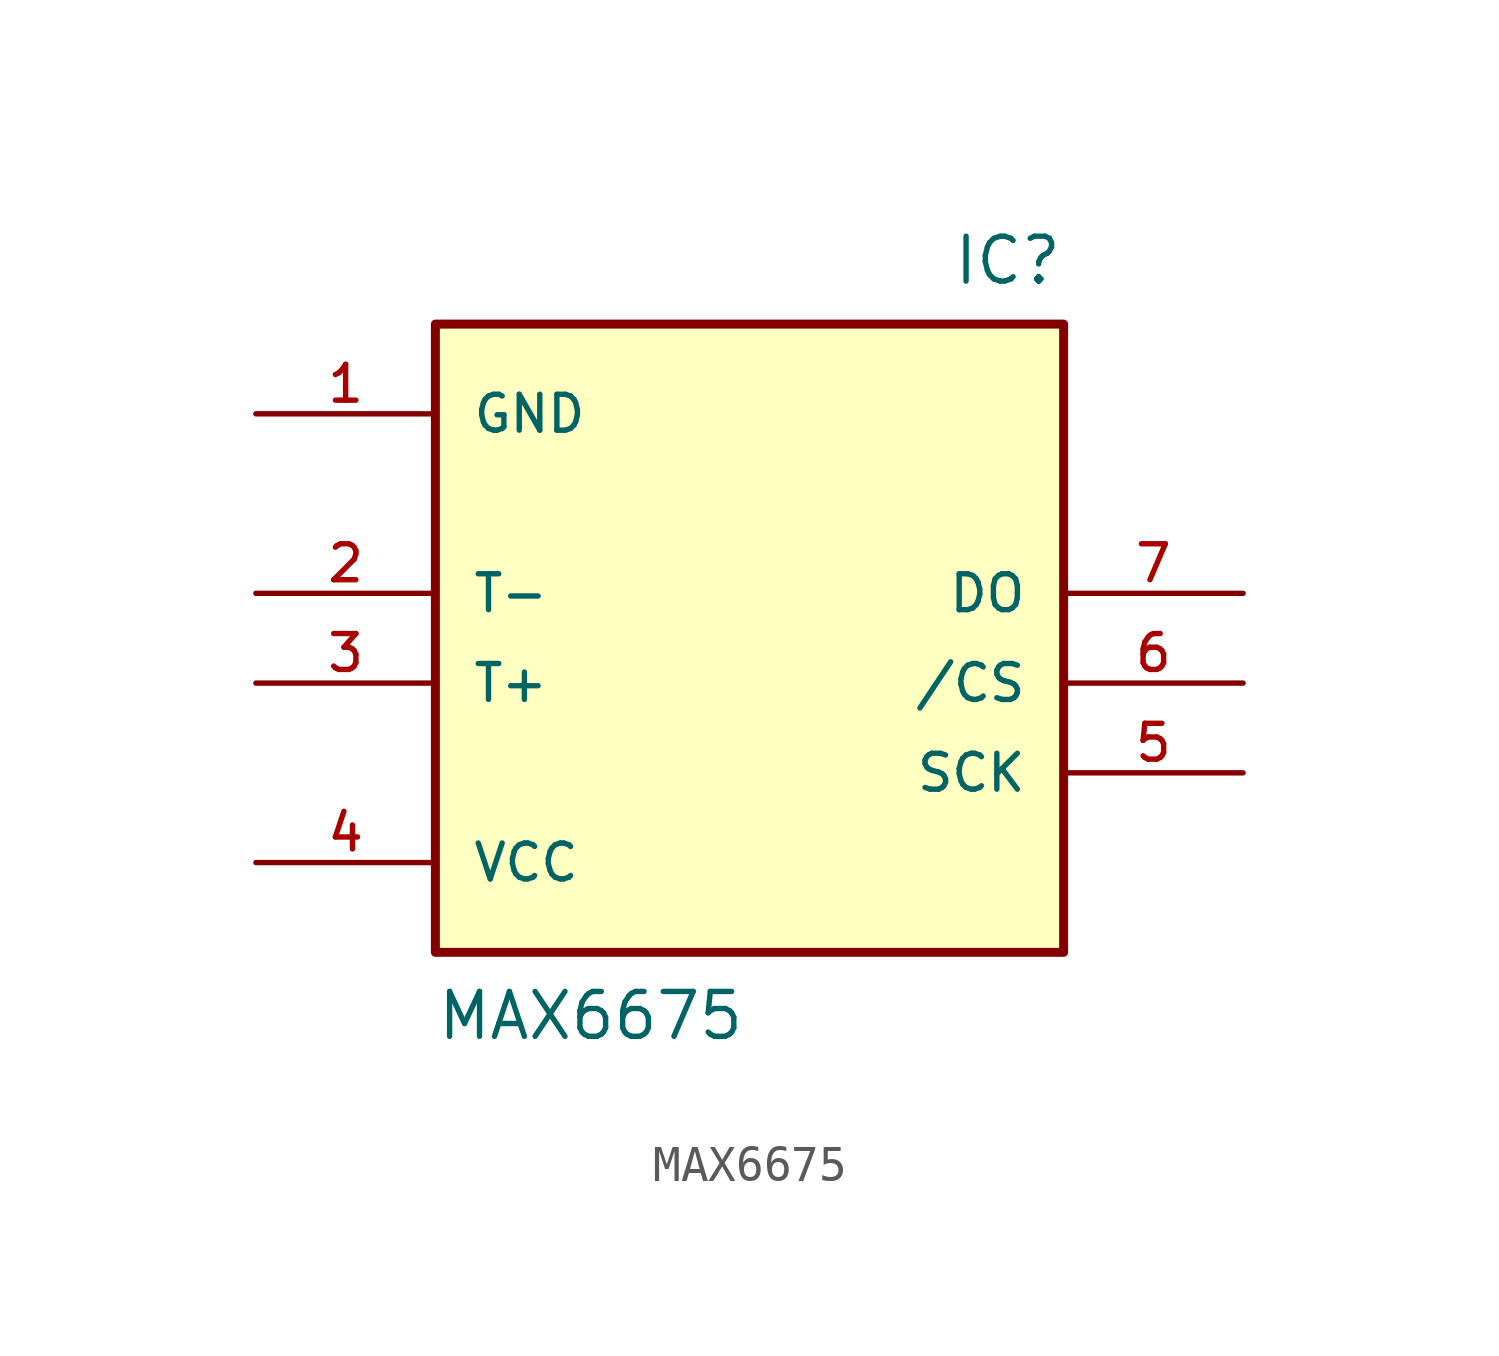
<source format=kicad_sym>
(kicad_symbol_lib
  (version 20211014)
  (generator kicad_symbol_editor)
  (symbol "MAX6675"
    (pin_names
      (offset 1.016))
    (property "Reference" "IC"
      (at 10.16 7.62 0.0)
      (effects (font (size 1.27 1.27)) (justify top right)))
    (property "Value" "MAX6675"
      (at -7.62 -15.24 0)
      (effects (font (size 1.27 1.27)) (justify bottom left)))
    (symbol "MAX6675_0_0"
      (rectangle (start -7.62 -12.7) (end 10.16 5.08) (stroke (width 0.254)) (fill (type background)))
      (pin power_in line (at -12.7 2.54 0) (length 5.08) (name "GND" (effects (font (size 1.016 1.016)))) (number "1" (effects (font (size 1.016 1.016)))))
      (pin input line (at -12.7 -2.54 0) (length 5.08) (name "T-" (effects (font (size 1.016 1.016)))) (number "2" (effects (font (size 1.016 1.016)))))
      (pin input line (at -12.7 -5.08 0) (length 5.08) (name "T+" (effects (font (size 1.016 1.016)))) (number "3" (effects (font (size 1.016 1.016)))))
      (pin power_in line (at -12.7 -10.16 0) (length 5.08) (name "VCC" (effects (font (size 1.016 1.016)))) (number "4" (effects (font (size 1.016 1.016)))))
      (pin input line (at 15.24 -7.62 180.0) (length 5.08) (name "SCK" (effects (font (size 1.016 1.016)))) (number "5" (effects (font (size 1.016 1.016)))))
      (pin input line (at 15.24 -5.08 180.0) (length 5.08) (name "/CS" (effects (font (size 1.016 1.016)))) (number "6" (effects (font (size 1.016 1.016)))))
      (pin output line (at 15.24 -2.54 180.0) (length 5.08) (name "DO" (effects (font (size 1.016 1.016)))) (number "7" (effects (font (size 1.016 1.016))))))))
</source>
